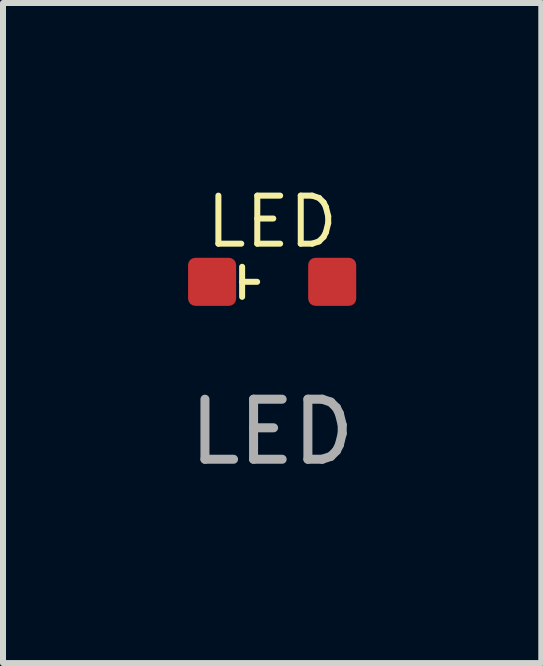
<source format=kicad_pcb>
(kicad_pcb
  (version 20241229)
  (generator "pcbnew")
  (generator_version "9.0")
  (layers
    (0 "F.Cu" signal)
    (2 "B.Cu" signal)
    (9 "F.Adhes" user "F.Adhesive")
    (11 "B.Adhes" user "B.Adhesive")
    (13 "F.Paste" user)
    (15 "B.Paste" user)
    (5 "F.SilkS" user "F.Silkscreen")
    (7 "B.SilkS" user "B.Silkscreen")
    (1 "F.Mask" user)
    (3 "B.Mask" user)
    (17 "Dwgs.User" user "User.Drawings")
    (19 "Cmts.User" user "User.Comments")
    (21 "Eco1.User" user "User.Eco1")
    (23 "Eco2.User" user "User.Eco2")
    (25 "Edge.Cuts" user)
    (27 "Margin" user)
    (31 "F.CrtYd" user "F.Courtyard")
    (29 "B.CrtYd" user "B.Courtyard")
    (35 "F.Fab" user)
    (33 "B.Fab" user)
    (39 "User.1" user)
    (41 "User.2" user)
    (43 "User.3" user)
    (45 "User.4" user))
  (footprint "LED"
    (layer "F.Cu")
    (at 1.482 1.643)
    (property "Reference" "LED" (at 0 -1 0) (unlocked yes) (layer "F.SilkS") (effects (font (size 0.8 0.8) (thickness 0.1))))
    (attr smd)
    (fp_line (start -0.5 -0.25) (end -0.5 0.25) (stroke (width 0.1) (type default)) (layer "F.SilkS"))
    (fp_line (start -0.5 0) (end -0.25 0) (stroke (width 0.1) (type default)) (layer "F.SilkS"))
    (fp_text user "${REFERENCE}" (at 0 2.5 0) (unlocked yes) (layer "F.Fab") (effects (font (size 1 1) (thickness 0.15))))
    (pad "1" smd roundrect (at -1 0) (size 0.8 0.8) (layers "F.Cu" "F.Mask" "F.Paste") (roundrect_rratio 0.15))
    (pad "2" smd roundrect (at 1 0) (size 0.8 0.8) (layers "F.Cu" "F.Mask" "F.Paste") (roundrect_rratio 0.15)))
  (gr_rect
    (start -3 -3)
    (end 5.964 7.992)
    (stroke (width 0.1) (type default))
    (fill no)
    (layer "Edge.Cuts")))
</source>
